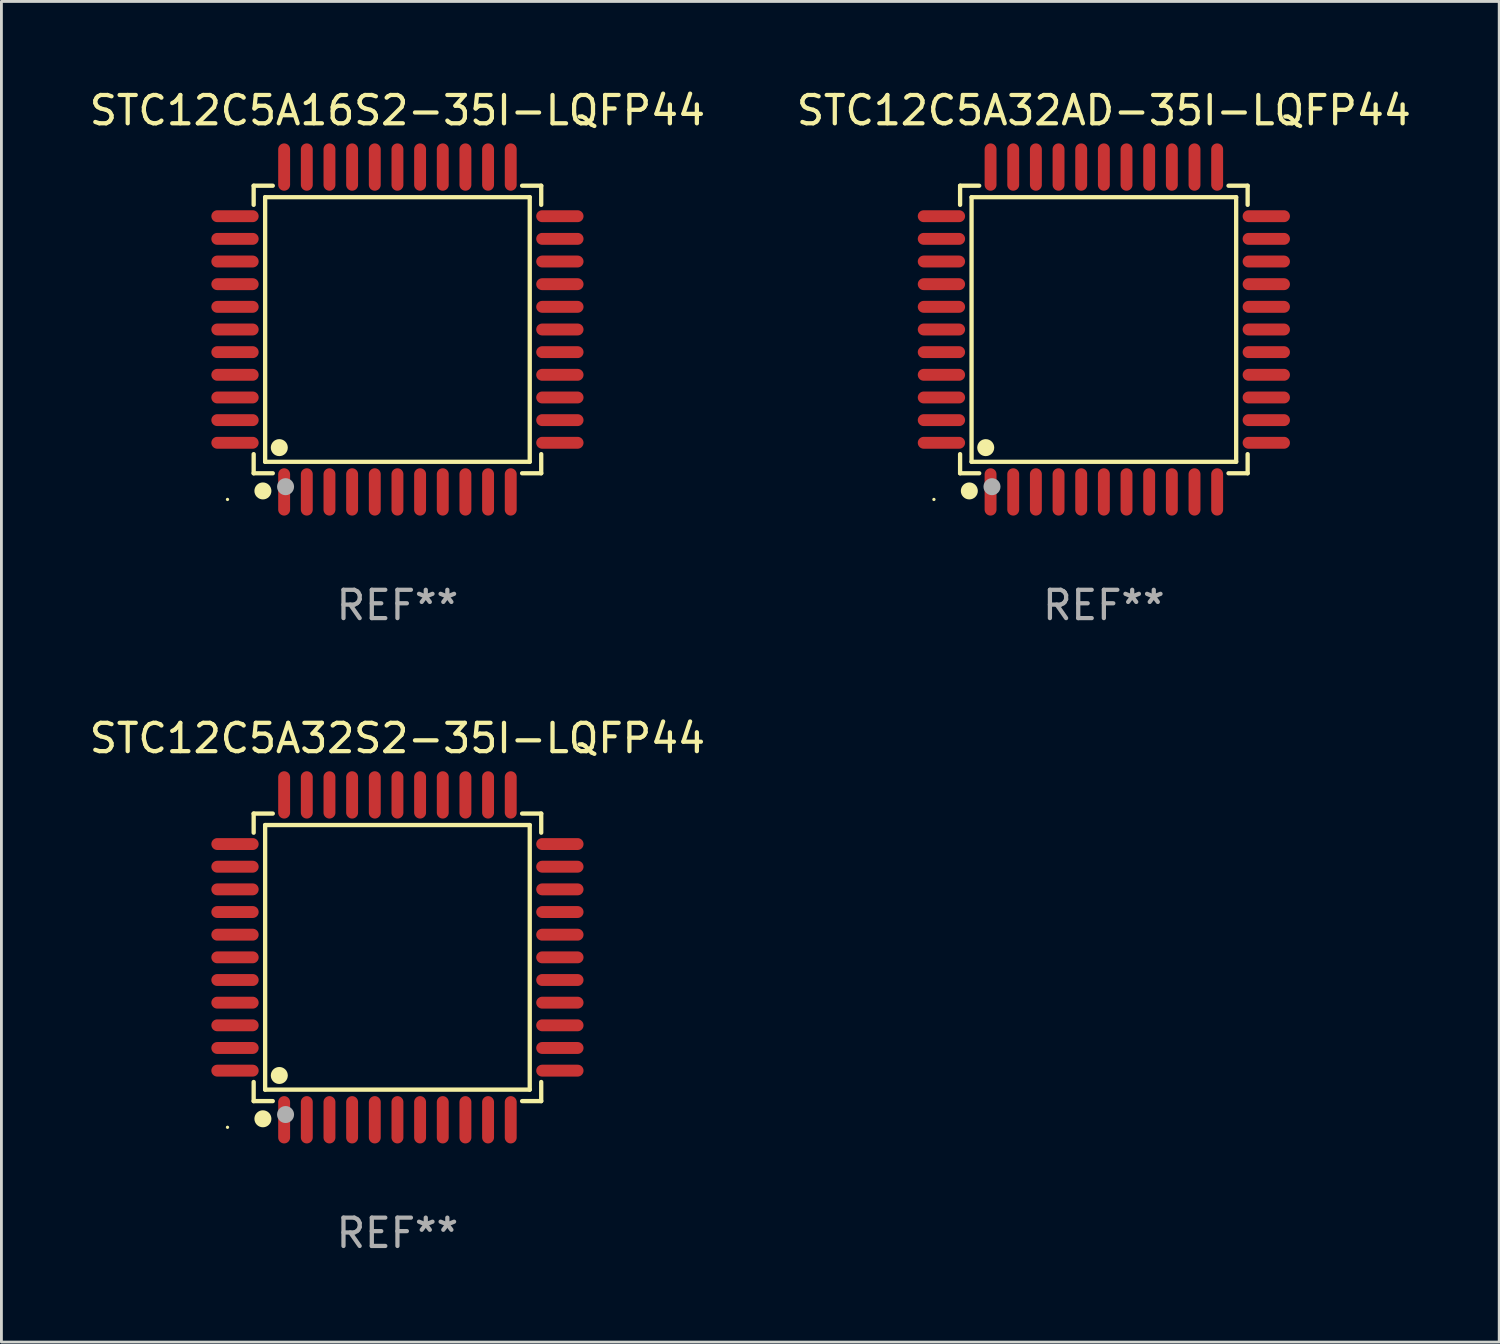
<source format=kicad_pcb>
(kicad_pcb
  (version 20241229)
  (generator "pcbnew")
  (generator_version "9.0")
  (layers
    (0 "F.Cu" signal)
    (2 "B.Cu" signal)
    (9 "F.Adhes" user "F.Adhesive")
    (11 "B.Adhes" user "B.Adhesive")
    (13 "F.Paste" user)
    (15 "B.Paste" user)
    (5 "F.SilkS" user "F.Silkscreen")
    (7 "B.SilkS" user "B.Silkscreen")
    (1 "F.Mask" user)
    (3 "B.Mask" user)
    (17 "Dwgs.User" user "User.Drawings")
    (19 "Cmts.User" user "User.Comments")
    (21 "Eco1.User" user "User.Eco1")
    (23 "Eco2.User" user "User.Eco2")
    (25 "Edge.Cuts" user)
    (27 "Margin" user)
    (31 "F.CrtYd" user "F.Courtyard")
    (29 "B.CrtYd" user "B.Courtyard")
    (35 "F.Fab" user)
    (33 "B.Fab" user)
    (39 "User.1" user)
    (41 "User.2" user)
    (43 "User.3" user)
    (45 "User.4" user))
  (footprint "STC12C5A32S2-35I-LQFP44"
    (layer "F.Cu")
    (at 10.982 30.75)
    (property "Reference" "STC12C5A32S2-35I-LQFP44" (at 0 -7.735 0) (layer "F.SilkS") (effects (font (size 1 1) (thickness 0.15))))
    (attr through_hole)
    (fp_line (start -5.076 -5.076) (end -4.401 -5.076) (stroke (width 0.152) (type solid)) (layer "F.SilkS"))
    (fp_line (start -5.076 -4.401) (end -5.076 -5.076) (stroke (width 0.152) (type solid)) (layer "F.SilkS"))
    (fp_line (start -5.076 4.401) (end -5.076 5.076) (stroke (width 0.152) (type solid)) (layer "F.SilkS"))
    (fp_line (start -5.076 5.076) (end -4.401 5.076) (stroke (width 0.152) (type solid)) (layer "F.SilkS"))
    (fp_line (start -4.671 -4.671) (end 4.671 -4.671) (stroke (width 0.152) (type solid)) (layer "F.SilkS"))
    (fp_line (start -4.671 4.671) (end -4.671 -4.671) (stroke (width 0.152) (type solid)) (layer "F.SilkS"))
    (fp_line (start 4.671 -4.671) (end 4.671 4.671) (stroke (width 0.152) (type solid)) (layer "F.SilkS"))
    (fp_line (start 4.671 4.671) (end -4.671 4.671) (stroke (width 0.152) (type solid)) (layer "F.SilkS"))
    (fp_line (start 5.076 -5.076) (end 4.401 -5.076) (stroke (width 0.152) (type solid)) (layer "F.SilkS"))
    (fp_line (start 5.076 -4.401) (end 5.076 -5.076) (stroke (width 0.152) (type solid)) (layer "F.SilkS"))
    (fp_line (start 5.076 4.401) (end 5.076 5.076) (stroke (width 0.152) (type solid)) (layer "F.SilkS"))
    (fp_line (start 5.076 5.076) (end 4.401 5.076) (stroke (width 0.152) (type solid)) (layer "F.SilkS"))
    (fp_circle (center -6 6) (end -5.97 6) (stroke (width 0.06) (type solid)) (fill no) (layer "F.SilkS"))
    (fp_circle (center -4.75 5.7) (end -4.6 5.7) (stroke (width 0.3) (type solid)) (fill no) (layer "F.SilkS"))
    (fp_circle (center -4.171 4.171) (end -4.021 4.171) (stroke (width 0.3) (type solid)) (fill no) (layer "F.SilkS"))
    (fp_circle (center -3.95 5.55) (end -3.8 5.55) (stroke (width 0.3) (type solid)) (fill no) (layer "F.Fab"))
    (fp_text user "REF**" (at 0 9.735 0) (layer "F.Fab") (effects (font (size 1 1) (thickness 0.15))))
    (pad "1" smd oval (at -4 5.735) (size 0.42 1.67) (layers "F.Cu" "F.Mask" "F.Paste"))
    (pad "2" smd oval (at -3.2 5.735) (size 0.42 1.67) (layers "F.Cu" "F.Mask" "F.Paste"))
    (pad "3" smd oval (at -2.4 5.735) (size 0.42 1.67) (layers "F.Cu" "F.Mask" "F.Paste"))
    (pad "4" smd oval (at -1.6 5.735) (size 0.42 1.67) (layers "F.Cu" "F.Mask" "F.Paste"))
    (pad "5" smd oval (at -0.8 5.735) (size 0.42 1.67) (layers "F.Cu" "F.Mask" "F.Paste"))
    (pad "6" smd oval (at 0 5.735) (size 0.42 1.67) (layers "F.Cu" "F.Mask" "F.Paste"))
    (pad "7" smd oval (at 0.8 5.735) (size 0.42 1.67) (layers "F.Cu" "F.Mask" "F.Paste"))
    (pad "8" smd oval (at 1.6 5.735) (size 0.42 1.67) (layers "F.Cu" "F.Mask" "F.Paste"))
    (pad "9" smd oval (at 2.4 5.735) (size 0.42 1.67) (layers "F.Cu" "F.Mask" "F.Paste"))
    (pad "10" smd oval (at 3.2 5.735) (size 0.42 1.67) (layers "F.Cu" "F.Mask" "F.Paste"))
    (pad "11" smd oval (at 4 5.735) (size 0.42 1.67) (layers "F.Cu" "F.Mask" "F.Paste"))
    (pad "12" smd oval (at 5.735 4) (size 1.67 0.42) (layers "F.Cu" "F.Mask" "F.Paste"))
    (pad "13" smd oval (at 5.735 3.2) (size 1.67 0.42) (layers "F.Cu" "F.Mask" "F.Paste"))
    (pad "14" smd oval (at 5.735 2.4) (size 1.67 0.42) (layers "F.Cu" "F.Mask" "F.Paste"))
    (pad "15" smd oval (at 5.735 1.6) (size 1.67 0.42) (layers "F.Cu" "F.Mask" "F.Paste"))
    (pad "16" smd oval (at 5.735 0.8) (size 1.67 0.42) (layers "F.Cu" "F.Mask" "F.Paste"))
    (pad "17" smd oval (at 5.735 0) (size 1.67 0.42) (layers "F.Cu" "F.Mask" "F.Paste"))
    (pad "18" smd oval (at 5.735 -0.8) (size 1.67 0.42) (layers "F.Cu" "F.Mask" "F.Paste"))
    (pad "19" smd oval (at 5.735 -1.6) (size 1.67 0.42) (layers "F.Cu" "F.Mask" "F.Paste"))
    (pad "20" smd oval (at 5.735 -2.4) (size 1.67 0.42) (layers "F.Cu" "F.Mask" "F.Paste"))
    (pad "21" smd oval (at 5.735 -3.2) (size 1.67 0.42) (layers "F.Cu" "F.Mask" "F.Paste"))
    (pad "22" smd oval (at 5.735 -4) (size 1.67 0.42) (layers "F.Cu" "F.Mask" "F.Paste"))
    (pad "23" smd oval (at 4 -5.735) (size 0.42 1.67) (layers "F.Cu" "F.Mask" "F.Paste"))
    (pad "24" smd oval (at 3.2 -5.735) (size 0.42 1.67) (layers "F.Cu" "F.Mask" "F.Paste"))
    (pad "25" smd oval (at 2.4 -5.735) (size 0.42 1.67) (layers "F.Cu" "F.Mask" "F.Paste"))
    (pad "26" smd oval (at 1.6 -5.735) (size 0.42 1.67) (layers "F.Cu" "F.Mask" "F.Paste"))
    (pad "27" smd oval (at 0.8 -5.735) (size 0.42 1.67) (layers "F.Cu" "F.Mask" "F.Paste"))
    (pad "28" smd oval (at 0 -5.735) (size 0.42 1.67) (layers "F.Cu" "F.Mask" "F.Paste"))
    (pad "29" smd oval (at -0.8 -5.735) (size 0.42 1.67) (layers "F.Cu" "F.Mask" "F.Paste"))
    (pad "30" smd oval (at -1.6 -5.735) (size 0.42 1.67) (layers "F.Cu" "F.Mask" "F.Paste"))
    (pad "31" smd oval (at -2.4 -5.735) (size 0.42 1.67) (layers "F.Cu" "F.Mask" "F.Paste"))
    (pad "32" smd oval (at -3.2 -5.735) (size 0.42 1.67) (layers "F.Cu" "F.Mask" "F.Paste"))
    (pad "33" smd oval (at -4 -5.735) (size 0.42 1.67) (layers "F.Cu" "F.Mask" "F.Paste"))
    (pad "34" smd oval (at -5.735 -4) (size 1.67 0.42) (layers "F.Cu" "F.Mask" "F.Paste"))
    (pad "35" smd oval (at -5.735 -3.2) (size 1.67 0.42) (layers "F.Cu" "F.Mask" "F.Paste"))
    (pad "36" smd oval (at -5.735 -2.4) (size 1.67 0.42) (layers "F.Cu" "F.Mask" "F.Paste"))
    (pad "37" smd oval (at -5.735 -1.6) (size 1.67 0.42) (layers "F.Cu" "F.Mask" "F.Paste"))
    (pad "38" smd oval (at -5.735 -0.8) (size 1.67 0.42) (layers "F.Cu" "F.Mask" "F.Paste"))
    (pad "39" smd oval (at -5.735 0) (size 1.67 0.42) (layers "F.Cu" "F.Mask" "F.Paste"))
    (pad "40" smd oval (at -5.735 0.8) (size 1.67 0.42) (layers "F.Cu" "F.Mask" "F.Paste"))
    (pad "41" smd oval (at -5.735 1.6) (size 1.67 0.42) (layers "F.Cu" "F.Mask" "F.Paste"))
    (pad "42" smd oval (at -5.735 2.4) (size 1.67 0.42) (layers "F.Cu" "F.Mask" "F.Paste"))
    (pad "43" smd oval (at -5.735 3.2) (size 1.67 0.42) (layers "F.Cu" "F.Mask" "F.Paste"))
    (pad "44" smd oval (at -5.735 4) (size 1.67 0.42) (layers "F.Cu" "F.Mask" "F.Paste")))
  (footprint "STC12C5A32AD-35I-LQFP44"
    (layer "F.Cu")
    (at 35.923 8.583)
    (property "Reference" "STC12C5A32AD-35I-LQFP44" (at 0 -7.735 0) (layer "F.SilkS") (effects (font (size 1 1) (thickness 0.15))))
    (attr through_hole)
    (fp_line (start -5.076 -5.076) (end -4.401 -5.076) (stroke (width 0.152) (type solid)) (layer "F.SilkS"))
    (fp_line (start -5.076 -4.401) (end -5.076 -5.076) (stroke (width 0.152) (type solid)) (layer "F.SilkS"))
    (fp_line (start -5.076 4.401) (end -5.076 5.076) (stroke (width 0.152) (type solid)) (layer "F.SilkS"))
    (fp_line (start -5.076 5.076) (end -4.401 5.076) (stroke (width 0.152) (type solid)) (layer "F.SilkS"))
    (fp_line (start -4.671 -4.671) (end 4.671 -4.671) (stroke (width 0.152) (type solid)) (layer "F.SilkS"))
    (fp_line (start -4.671 4.671) (end -4.671 -4.671) (stroke (width 0.152) (type solid)) (layer "F.SilkS"))
    (fp_line (start 4.671 -4.671) (end 4.671 4.671) (stroke (width 0.152) (type solid)) (layer "F.SilkS"))
    (fp_line (start 4.671 4.671) (end -4.671 4.671) (stroke (width 0.152) (type solid)) (layer "F.SilkS"))
    (fp_line (start 5.076 -5.076) (end 4.401 -5.076) (stroke (width 0.152) (type solid)) (layer "F.SilkS"))
    (fp_line (start 5.076 -4.401) (end 5.076 -5.076) (stroke (width 0.152) (type solid)) (layer "F.SilkS"))
    (fp_line (start 5.076 4.401) (end 5.076 5.076) (stroke (width 0.152) (type solid)) (layer "F.SilkS"))
    (fp_line (start 5.076 5.076) (end 4.401 5.076) (stroke (width 0.152) (type solid)) (layer "F.SilkS"))
    (fp_circle (center -6 6) (end -5.97 6) (stroke (width 0.06) (type solid)) (fill no) (layer "F.SilkS"))
    (fp_circle (center -4.75 5.7) (end -4.6 5.7) (stroke (width 0.3) (type solid)) (fill no) (layer "F.SilkS"))
    (fp_circle (center -4.171 4.171) (end -4.021 4.171) (stroke (width 0.3) (type solid)) (fill no) (layer "F.SilkS"))
    (fp_circle (center -3.95 5.55) (end -3.8 5.55) (stroke (width 0.3) (type solid)) (fill no) (layer "F.Fab"))
    (fp_text user "REF**" (at 0 9.735 0) (layer "F.Fab") (effects (font (size 1 1) (thickness 0.15))))
    (pad "1" smd oval (at -4 5.735) (size 0.42 1.67) (layers "F.Cu" "F.Mask" "F.Paste"))
    (pad "2" smd oval (at -3.2 5.735) (size 0.42 1.67) (layers "F.Cu" "F.Mask" "F.Paste"))
    (pad "3" smd oval (at -2.4 5.735) (size 0.42 1.67) (layers "F.Cu" "F.Mask" "F.Paste"))
    (pad "4" smd oval (at -1.6 5.735) (size 0.42 1.67) (layers "F.Cu" "F.Mask" "F.Paste"))
    (pad "5" smd oval (at -0.8 5.735) (size 0.42 1.67) (layers "F.Cu" "F.Mask" "F.Paste"))
    (pad "6" smd oval (at 0 5.735) (size 0.42 1.67) (layers "F.Cu" "F.Mask" "F.Paste"))
    (pad "7" smd oval (at 0.8 5.735) (size 0.42 1.67) (layers "F.Cu" "F.Mask" "F.Paste"))
    (pad "8" smd oval (at 1.6 5.735) (size 0.42 1.67) (layers "F.Cu" "F.Mask" "F.Paste"))
    (pad "9" smd oval (at 2.4 5.735) (size 0.42 1.67) (layers "F.Cu" "F.Mask" "F.Paste"))
    (pad "10" smd oval (at 3.2 5.735) (size 0.42 1.67) (layers "F.Cu" "F.Mask" "F.Paste"))
    (pad "11" smd oval (at 4 5.735) (size 0.42 1.67) (layers "F.Cu" "F.Mask" "F.Paste"))
    (pad "12" smd oval (at 5.735 4) (size 1.67 0.42) (layers "F.Cu" "F.Mask" "F.Paste"))
    (pad "13" smd oval (at 5.735 3.2) (size 1.67 0.42) (layers "F.Cu" "F.Mask" "F.Paste"))
    (pad "14" smd oval (at 5.735 2.4) (size 1.67 0.42) (layers "F.Cu" "F.Mask" "F.Paste"))
    (pad "15" smd oval (at 5.735 1.6) (size 1.67 0.42) (layers "F.Cu" "F.Mask" "F.Paste"))
    (pad "16" smd oval (at 5.735 0.8) (size 1.67 0.42) (layers "F.Cu" "F.Mask" "F.Paste"))
    (pad "17" smd oval (at 5.735 0) (size 1.67 0.42) (layers "F.Cu" "F.Mask" "F.Paste"))
    (pad "18" smd oval (at 5.735 -0.8) (size 1.67 0.42) (layers "F.Cu" "F.Mask" "F.Paste"))
    (pad "19" smd oval (at 5.735 -1.6) (size 1.67 0.42) (layers "F.Cu" "F.Mask" "F.Paste"))
    (pad "20" smd oval (at 5.735 -2.4) (size 1.67 0.42) (layers "F.Cu" "F.Mask" "F.Paste"))
    (pad "21" smd oval (at 5.735 -3.2) (size 1.67 0.42) (layers "F.Cu" "F.Mask" "F.Paste"))
    (pad "22" smd oval (at 5.735 -4) (size 1.67 0.42) (layers "F.Cu" "F.Mask" "F.Paste"))
    (pad "23" smd oval (at 4 -5.735) (size 0.42 1.67) (layers "F.Cu" "F.Mask" "F.Paste"))
    (pad "24" smd oval (at 3.2 -5.735) (size 0.42 1.67) (layers "F.Cu" "F.Mask" "F.Paste"))
    (pad "25" smd oval (at 2.4 -5.735) (size 0.42 1.67) (layers "F.Cu" "F.Mask" "F.Paste"))
    (pad "26" smd oval (at 1.6 -5.735) (size 0.42 1.67) (layers "F.Cu" "F.Mask" "F.Paste"))
    (pad "27" smd oval (at 0.8 -5.735) (size 0.42 1.67) (layers "F.Cu" "F.Mask" "F.Paste"))
    (pad "28" smd oval (at 0 -5.735) (size 0.42 1.67) (layers "F.Cu" "F.Mask" "F.Paste"))
    (pad "29" smd oval (at -0.8 -5.735) (size 0.42 1.67) (layers "F.Cu" "F.Mask" "F.Paste"))
    (pad "30" smd oval (at -1.6 -5.735) (size 0.42 1.67) (layers "F.Cu" "F.Mask" "F.Paste"))
    (pad "31" smd oval (at -2.4 -5.735) (size 0.42 1.67) (layers "F.Cu" "F.Mask" "F.Paste"))
    (pad "32" smd oval (at -3.2 -5.735) (size 0.42 1.67) (layers "F.Cu" "F.Mask" "F.Paste"))
    (pad "33" smd oval (at -4 -5.735) (size 0.42 1.67) (layers "F.Cu" "F.Mask" "F.Paste"))
    (pad "34" smd oval (at -5.735 -4) (size 1.67 0.42) (layers "F.Cu" "F.Mask" "F.Paste"))
    (pad "35" smd oval (at -5.735 -3.2) (size 1.67 0.42) (layers "F.Cu" "F.Mask" "F.Paste"))
    (pad "36" smd oval (at -5.735 -2.4) (size 1.67 0.42) (layers "F.Cu" "F.Mask" "F.Paste"))
    (pad "37" smd oval (at -5.735 -1.6) (size 1.67 0.42) (layers "F.Cu" "F.Mask" "F.Paste"))
    (pad "38" smd oval (at -5.735 -0.8) (size 1.67 0.42) (layers "F.Cu" "F.Mask" "F.Paste"))
    (pad "39" smd oval (at -5.735 0) (size 1.67 0.42) (layers "F.Cu" "F.Mask" "F.Paste"))
    (pad "40" smd oval (at -5.735 0.8) (size 1.67 0.42) (layers "F.Cu" "F.Mask" "F.Paste"))
    (pad "41" smd oval (at -5.735 1.6) (size 1.67 0.42) (layers "F.Cu" "F.Mask" "F.Paste"))
    (pad "42" smd oval (at -5.735 2.4) (size 1.67 0.42) (layers "F.Cu" "F.Mask" "F.Paste"))
    (pad "43" smd oval (at -5.735 3.2) (size 1.67 0.42) (layers "F.Cu" "F.Mask" "F.Paste"))
    (pad "44" smd oval (at -5.735 4) (size 1.67 0.42) (layers "F.Cu" "F.Mask" "F.Paste")))
  (footprint "STC12C5A16S2-35I-LQFP44"
    (layer "F.Cu")
    (at 10.982 8.583)
    (property "Reference" "STC12C5A16S2-35I-LQFP44" (at 0 -7.735 0) (layer "F.SilkS") (effects (font (size 1 1) (thickness 0.15))))
    (attr through_hole)
    (fp_line (start -5.076 -5.076) (end -4.401 -5.076) (stroke (width 0.152) (type solid)) (layer "F.SilkS"))
    (fp_line (start -5.076 -4.401) (end -5.076 -5.076) (stroke (width 0.152) (type solid)) (layer "F.SilkS"))
    (fp_line (start -5.076 4.401) (end -5.076 5.076) (stroke (width 0.152) (type solid)) (layer "F.SilkS"))
    (fp_line (start -5.076 5.076) (end -4.401 5.076) (stroke (width 0.152) (type solid)) (layer "F.SilkS"))
    (fp_line (start -4.671 -4.671) (end 4.671 -4.671) (stroke (width 0.152) (type solid)) (layer "F.SilkS"))
    (fp_line (start -4.671 4.671) (end -4.671 -4.671) (stroke (width 0.152) (type solid)) (layer "F.SilkS"))
    (fp_line (start 4.671 -4.671) (end 4.671 4.671) (stroke (width 0.152) (type solid)) (layer "F.SilkS"))
    (fp_line (start 4.671 4.671) (end -4.671 4.671) (stroke (width 0.152) (type solid)) (layer "F.SilkS"))
    (fp_line (start 5.076 -5.076) (end 4.401 -5.076) (stroke (width 0.152) (type solid)) (layer "F.SilkS"))
    (fp_line (start 5.076 -4.401) (end 5.076 -5.076) (stroke (width 0.152) (type solid)) (layer "F.SilkS"))
    (fp_line (start 5.076 4.401) (end 5.076 5.076) (stroke (width 0.152) (type solid)) (layer "F.SilkS"))
    (fp_line (start 5.076 5.076) (end 4.401 5.076) (stroke (width 0.152) (type solid)) (layer "F.SilkS"))
    (fp_circle (center -6 6) (end -5.97 6) (stroke (width 0.06) (type solid)) (fill no) (layer "F.SilkS"))
    (fp_circle (center -4.75 5.7) (end -4.6 5.7) (stroke (width 0.3) (type solid)) (fill no) (layer "F.SilkS"))
    (fp_circle (center -4.171 4.171) (end -4.021 4.171) (stroke (width 0.3) (type solid)) (fill no) (layer "F.SilkS"))
    (fp_circle (center -3.95 5.55) (end -3.8 5.55) (stroke (width 0.3) (type solid)) (fill no) (layer "F.Fab"))
    (fp_text user "REF**" (at 0 9.735 0) (layer "F.Fab") (effects (font (size 1 1) (thickness 0.15))))
    (pad "1" smd oval (at -4 5.735) (size 0.42 1.67) (layers "F.Cu" "F.Mask" "F.Paste"))
    (pad "2" smd oval (at -3.2 5.735) (size 0.42 1.67) (layers "F.Cu" "F.Mask" "F.Paste"))
    (pad "3" smd oval (at -2.4 5.735) (size 0.42 1.67) (layers "F.Cu" "F.Mask" "F.Paste"))
    (pad "4" smd oval (at -1.6 5.735) (size 0.42 1.67) (layers "F.Cu" "F.Mask" "F.Paste"))
    (pad "5" smd oval (at -0.8 5.735) (size 0.42 1.67) (layers "F.Cu" "F.Mask" "F.Paste"))
    (pad "6" smd oval (at 0 5.735) (size 0.42 1.67) (layers "F.Cu" "F.Mask" "F.Paste"))
    (pad "7" smd oval (at 0.8 5.735) (size 0.42 1.67) (layers "F.Cu" "F.Mask" "F.Paste"))
    (pad "8" smd oval (at 1.6 5.735) (size 0.42 1.67) (layers "F.Cu" "F.Mask" "F.Paste"))
    (pad "9" smd oval (at 2.4 5.735) (size 0.42 1.67) (layers "F.Cu" "F.Mask" "F.Paste"))
    (pad "10" smd oval (at 3.2 5.735) (size 0.42 1.67) (layers "F.Cu" "F.Mask" "F.Paste"))
    (pad "11" smd oval (at 4 5.735) (size 0.42 1.67) (layers "F.Cu" "F.Mask" "F.Paste"))
    (pad "12" smd oval (at 5.735 4) (size 1.67 0.42) (layers "F.Cu" "F.Mask" "F.Paste"))
    (pad "13" smd oval (at 5.735 3.2) (size 1.67 0.42) (layers "F.Cu" "F.Mask" "F.Paste"))
    (pad "14" smd oval (at 5.735 2.4) (size 1.67 0.42) (layers "F.Cu" "F.Mask" "F.Paste"))
    (pad "15" smd oval (at 5.735 1.6) (size 1.67 0.42) (layers "F.Cu" "F.Mask" "F.Paste"))
    (pad "16" smd oval (at 5.735 0.8) (size 1.67 0.42) (layers "F.Cu" "F.Mask" "F.Paste"))
    (pad "17" smd oval (at 5.735 0) (size 1.67 0.42) (layers "F.Cu" "F.Mask" "F.Paste"))
    (pad "18" smd oval (at 5.735 -0.8) (size 1.67 0.42) (layers "F.Cu" "F.Mask" "F.Paste"))
    (pad "19" smd oval (at 5.735 -1.6) (size 1.67 0.42) (layers "F.Cu" "F.Mask" "F.Paste"))
    (pad "20" smd oval (at 5.735 -2.4) (size 1.67 0.42) (layers "F.Cu" "F.Mask" "F.Paste"))
    (pad "21" smd oval (at 5.735 -3.2) (size 1.67 0.42) (layers "F.Cu" "F.Mask" "F.Paste"))
    (pad "22" smd oval (at 5.735 -4) (size 1.67 0.42) (layers "F.Cu" "F.Mask" "F.Paste"))
    (pad "23" smd oval (at 4 -5.735) (size 0.42 1.67) (layers "F.Cu" "F.Mask" "F.Paste"))
    (pad "24" smd oval (at 3.2 -5.735) (size 0.42 1.67) (layers "F.Cu" "F.Mask" "F.Paste"))
    (pad "25" smd oval (at 2.4 -5.735) (size 0.42 1.67) (layers "F.Cu" "F.Mask" "F.Paste"))
    (pad "26" smd oval (at 1.6 -5.735) (size 0.42 1.67) (layers "F.Cu" "F.Mask" "F.Paste"))
    (pad "27" smd oval (at 0.8 -5.735) (size 0.42 1.67) (layers "F.Cu" "F.Mask" "F.Paste"))
    (pad "28" smd oval (at 0 -5.735) (size 0.42 1.67) (layers "F.Cu" "F.Mask" "F.Paste"))
    (pad "29" smd oval (at -0.8 -5.735) (size 0.42 1.67) (layers "F.Cu" "F.Mask" "F.Paste"))
    (pad "30" smd oval (at -1.6 -5.735) (size 0.42 1.67) (layers "F.Cu" "F.Mask" "F.Paste"))
    (pad "31" smd oval (at -2.4 -5.735) (size 0.42 1.67) (layers "F.Cu" "F.Mask" "F.Paste"))
    (pad "32" smd oval (at -3.2 -5.735) (size 0.42 1.67) (layers "F.Cu" "F.Mask" "F.Paste"))
    (pad "33" smd oval (at -4 -5.735) (size 0.42 1.67) (layers "F.Cu" "F.Mask" "F.Paste"))
    (pad "34" smd oval (at -5.735 -4) (size 1.67 0.42) (layers "F.Cu" "F.Mask" "F.Paste"))
    (pad "35" smd oval (at -5.735 -3.2) (size 1.67 0.42) (layers "F.Cu" "F.Mask" "F.Paste"))
    (pad "36" smd oval (at -5.735 -2.4) (size 1.67 0.42) (layers "F.Cu" "F.Mask" "F.Paste"))
    (pad "37" smd oval (at -5.735 -1.6) (size 1.67 0.42) (layers "F.Cu" "F.Mask" "F.Paste"))
    (pad "38" smd oval (at -5.735 -0.8) (size 1.67 0.42) (layers "F.Cu" "F.Mask" "F.Paste"))
    (pad "39" smd oval (at -5.735 0) (size 1.67 0.42) (layers "F.Cu" "F.Mask" "F.Paste"))
    (pad "40" smd oval (at -5.735 0.8) (size 1.67 0.42) (layers "F.Cu" "F.Mask" "F.Paste"))
    (pad "41" smd oval (at -5.735 1.6) (size 1.67 0.42) (layers "F.Cu" "F.Mask" "F.Paste"))
    (pad "42" smd oval (at -5.735 2.4) (size 1.67 0.42) (layers "F.Cu" "F.Mask" "F.Paste"))
    (pad "43" smd oval (at -5.735 3.2) (size 1.67 0.42) (layers "F.Cu" "F.Mask" "F.Paste"))
    (pad "44" smd oval (at -5.735 4) (size 1.67 0.42) (layers "F.Cu" "F.Mask" "F.Paste")))
  (gr_rect
    (start -3 -3)
    (end 49.881 44.333)
    (stroke (width 0.1) (type default))
    (fill no)
    (layer "Edge.Cuts")))
</source>
